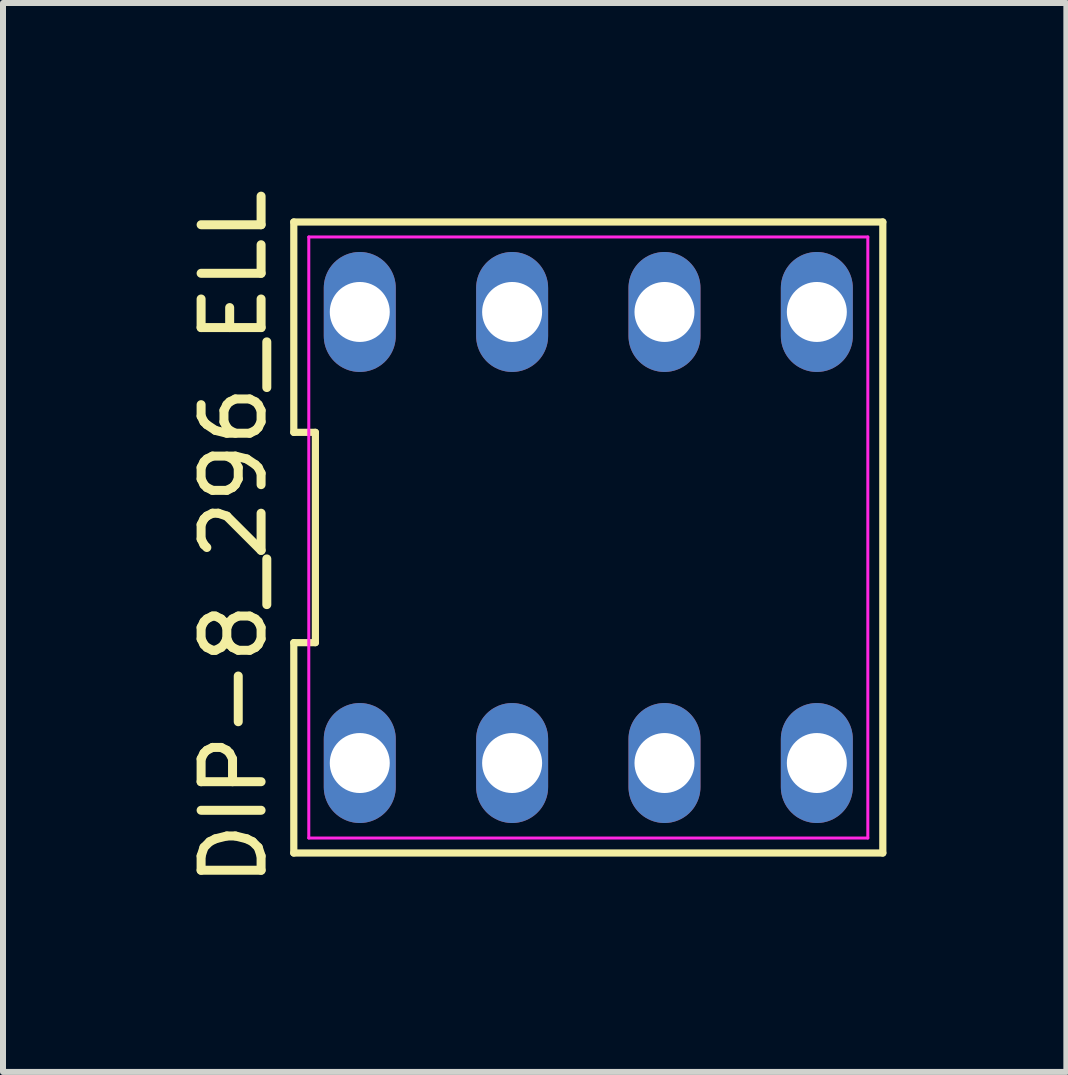
<source format=kicad_pcb>
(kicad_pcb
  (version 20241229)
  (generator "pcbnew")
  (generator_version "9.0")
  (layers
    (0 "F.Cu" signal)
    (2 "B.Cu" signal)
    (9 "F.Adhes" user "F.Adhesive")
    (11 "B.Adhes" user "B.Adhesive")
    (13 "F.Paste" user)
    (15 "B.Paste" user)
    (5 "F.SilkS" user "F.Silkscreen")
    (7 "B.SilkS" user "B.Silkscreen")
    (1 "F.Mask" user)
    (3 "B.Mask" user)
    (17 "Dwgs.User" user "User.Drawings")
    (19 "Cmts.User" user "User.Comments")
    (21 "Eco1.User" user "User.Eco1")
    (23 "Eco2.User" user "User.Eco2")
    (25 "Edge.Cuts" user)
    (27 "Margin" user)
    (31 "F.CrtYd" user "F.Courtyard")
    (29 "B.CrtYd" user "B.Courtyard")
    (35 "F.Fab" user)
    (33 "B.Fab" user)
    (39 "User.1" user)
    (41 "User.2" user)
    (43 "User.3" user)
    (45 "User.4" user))
  (footprint "DIP-8_296_ELL"
    (layer "F.Cu")
    (at 6.758 5.911)
    (property "Reference" "DIP-8_296_ELL" (at -5.91 0 90) (layer "F.SilkS") (effects (font (size 1 1) (thickness 0.15))))
    (attr through_hole)
    (fp_line (start -4.91 -5.26) (end -4.91 -1.753) (stroke (width 0.12) (type default)) (layer "F.SilkS"))
    (fp_line (start -4.91 -1.753) (end -4.55 -1.753) (stroke (width 0.12) (type default)) (layer "F.SilkS"))
    (fp_line (start -4.91 1.753) (end -4.91 5.26) (stroke (width 0.12) (type default)) (layer "F.SilkS"))
    (fp_line (start -4.91 5.26) (end 4.91 5.26) (stroke (width 0.12) (type default)) (layer "F.SilkS"))
    (fp_line (start -4.55 -1.753) (end -4.55 1.753) (stroke (width 0.12) (type default)) (layer "F.SilkS"))
    (fp_line (start -4.55 1.753) (end -4.91 1.753) (stroke (width 0.12) (type default)) (layer "F.SilkS"))
    (fp_line (start 4.91 -5.26) (end -4.91 -5.26) (stroke (width 0.12) (type default)) (layer "F.SilkS"))
    (fp_line (start 4.91 5.26) (end 4.91 -5.26) (stroke (width 0.12) (type default)) (layer "F.SilkS"))
    (fp_line (start -4.66 -5.01) (end 4.66 -5.01) (stroke (width 0.05) (type default)) (layer "F.CrtYd"))
    (fp_line (start -4.66 5.01) (end -4.66 -5.01) (stroke (width 0.05) (type default)) (layer "F.CrtYd"))
    (fp_line (start 4.66 -5.01) (end 4.66 5.01) (stroke (width 0.05) (type default)) (layer "F.CrtYd"))
    (fp_line (start 4.66 5.01) (end -4.66 5.01) (stroke (width 0.05) (type default)) (layer "F.CrtYd"))
    (pad "1" thru_hole oval (at -3.81 3.76) (size 1.2 2) (drill 1) (layers "*.Cu" "*.Mask"))
    (pad "2" thru_hole oval (at -1.27 3.76) (size 1.2 2) (drill 1) (layers "*.Cu" "*.Mask"))
    (pad "3" thru_hole oval (at 1.27 3.76) (size 1.2 2) (drill 1) (layers "*.Cu" "*.Mask"))
    (pad "4" thru_hole oval (at 3.81 3.76) (size 1.2 2) (drill 1) (layers "*.Cu" "*.Mask"))
    (pad "5" thru_hole oval (at 3.81 -3.76) (size 1.2 2) (drill 1) (layers "*.Cu" "*.Mask"))
    (pad "6" thru_hole oval (at 1.27 -3.76) (size 1.2 2) (drill 1) (layers "*.Cu" "*.Mask"))
    (pad "7" thru_hole oval (at -1.27 -3.76) (size 1.2 2) (drill 1) (layers "*.Cu" "*.Mask"))
    (pad "8" thru_hole oval (at -3.81 -3.76) (size 1.2 2) (drill 1) (layers "*.Cu" "*.Mask")))
  (gr_rect
    (start -3 -3)
    (end 14.728 14.821)
    (stroke (width 0.1) (type default))
    (fill no)
    (layer "Edge.Cuts")))
</source>
